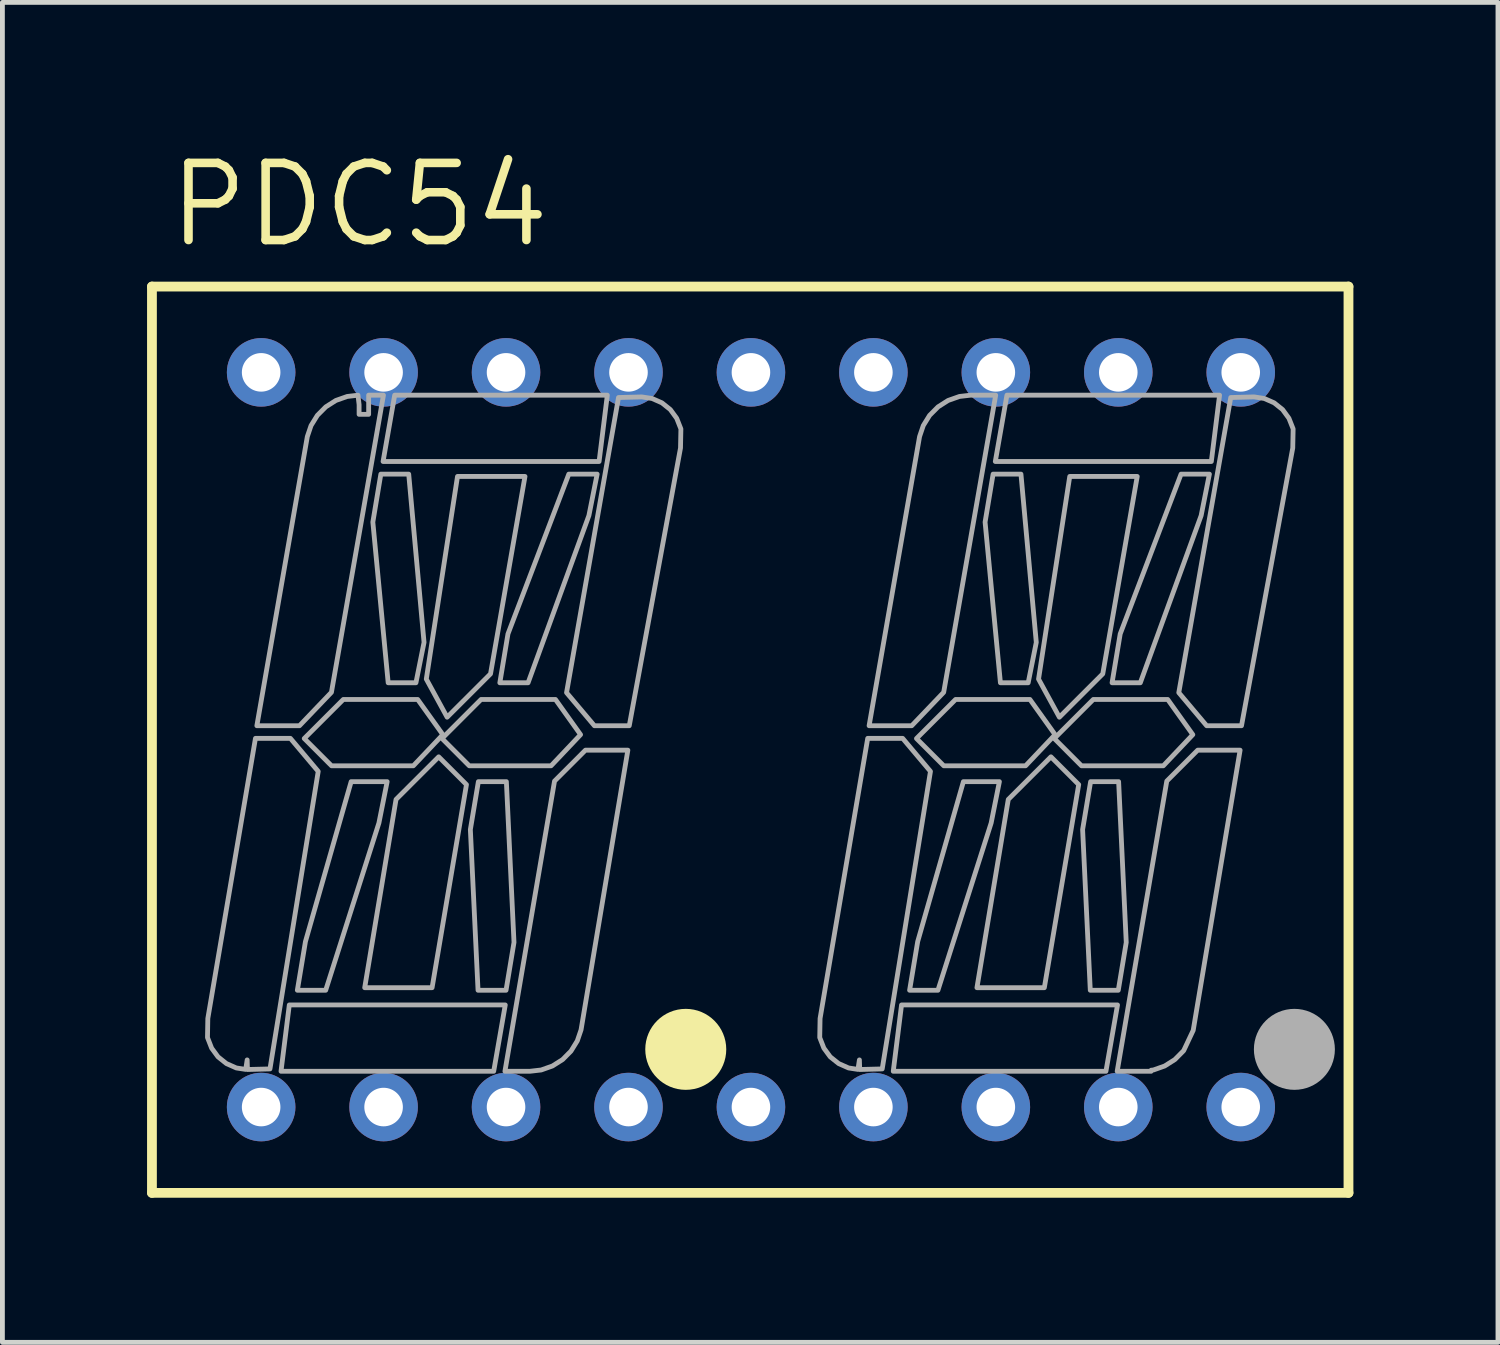
<source format=kicad_pcb>
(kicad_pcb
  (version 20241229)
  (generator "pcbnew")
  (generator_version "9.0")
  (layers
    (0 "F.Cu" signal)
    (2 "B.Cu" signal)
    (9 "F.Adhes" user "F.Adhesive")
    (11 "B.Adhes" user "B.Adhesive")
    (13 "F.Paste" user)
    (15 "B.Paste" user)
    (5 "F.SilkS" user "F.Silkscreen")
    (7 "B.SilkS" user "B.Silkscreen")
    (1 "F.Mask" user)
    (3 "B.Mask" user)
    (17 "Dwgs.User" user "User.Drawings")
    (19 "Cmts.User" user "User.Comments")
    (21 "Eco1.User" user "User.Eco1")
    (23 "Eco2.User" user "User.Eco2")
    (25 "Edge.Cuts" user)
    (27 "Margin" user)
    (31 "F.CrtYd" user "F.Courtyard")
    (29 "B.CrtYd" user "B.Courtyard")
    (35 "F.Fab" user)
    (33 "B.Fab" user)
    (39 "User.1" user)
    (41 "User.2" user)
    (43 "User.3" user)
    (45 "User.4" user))
  (footprint "PDC54"
    (layer "F.Cu")
    (at 12.527 12.294)
    (property "Reference" "PDC54" (at -12.165 -10.16 0) (layer "F.SilkS") (effects (font (size 1.6 1.6) (thickness 0.178)) (justify left bottom)))
    (fp_line (start -12.425 -9.4) (end 12.395 -9.4) (stroke (width 0.203) (type solid)) (layer "F.SilkS"))
    (fp_line (start -12.425 9.4) (end -12.425 -9.4) (stroke (width 0.203) (type solid)) (layer "F.SilkS"))
    (fp_line (start 12.395 -9.4) (end 12.395 9.4) (stroke (width 0.203) (type solid)) (layer "F.SilkS"))
    (fp_line (start 12.395 9.4) (end -12.425 9.4) (stroke (width 0.203) (type solid)) (layer "F.SilkS"))
    (fp_circle (center -1.352 6.423) (end -0.932 6.423) (stroke (width 0.84) (type solid)) (fill yes) (layer "F.SilkS"))
    (fp_circle (center 11.273 6.423) (end 11.693 6.423) (stroke (width 0.84) (type solid)) (fill no) (layer "F.Fab"))
    (fp_poly (pts (xy -5.336 6.878) (xy -9.748 6.878) (xy -9.576 5.502) (xy -5.096 5.502)) (stroke (width 0.1) (type solid)) (fill no) (layer "F.Fab"))
    (fp_poly (pts (xy -3.15 -5.771) (xy -7.631 -5.771) (xy -7.39 -7.147) (xy -2.979 -7.147)) (stroke (width 0.1) (type solid)) (fill no) (layer "F.Fab"))
    (fp_poly (pts (xy 7.364 6.878) (xy 2.952 6.878) (xy 3.124 5.502) (xy 7.604 5.502)) (stroke (width 0.1) (type solid)) (fill no) (layer "F.Fab"))
    (fp_poly (pts (xy 9.55 -5.771) (xy 5.069 -5.771) (xy 5.31 -7.147) (xy 9.721 -7.147)) (stroke (width 0.1) (type solid)) (fill no) (layer "F.Fab"))
    (fp_poly (pts (xy -5.901 0.931) (xy -6.614 5.144) (xy -8.012 5.144) (xy -7.362 1.239) (xy -6.477 0.355)) (stroke (width 0.1) (type solid)) (fill no) (layer "F.Fab"))
    (fp_poly (pts (xy -5.402 -1.366) (xy -6.302 -0.467) (xy -6.734 -1.258) (xy -6.087 -5.461) (xy -4.687 -5.461)) (stroke (width 0.1) (type solid)) (fill no) (layer "F.Fab"))
    (fp_poly (pts (xy 6.799 0.931) (xy 6.086 5.144) (xy 4.688 5.144) (xy 5.338 1.239) (xy 6.223 0.355)) (stroke (width 0.1) (type solid)) (fill no) (layer "F.Fab"))
    (fp_poly (pts (xy 7.298 -1.366) (xy 6.398 -0.467) (xy 5.966 -1.258) (xy 6.613 -5.461) (xy 8.013 -5.461)) (stroke (width 0.1) (type solid)) (fill no) (layer "F.Fab"))
    (fp_poly (pts (xy -7.717 1.727) (xy -8.821 5.197) (xy -9.409 5.197) (xy -9.241 4.187) (xy -8.293 0.87) (xy -7.546 0.87)) (stroke (width 0.1) (type solid)) (fill no) (layer "F.Fab"))
    (fp_poly (pts (xy -6.781 -2.019) (xy -6.949 -1.181) (xy -7.525 -1.181) (xy -7.843 -4.514) (xy -7.677 -5.509) (xy -7.099 -5.509)) (stroke (width 0.1) (type solid)) (fill no) (layer "F.Fab"))
    (fp_poly (pts (xy -6.391 -0.105) (xy -7.003 0.541) (xy -8.7 0.541) (xy -9.266 -0.025) (xy -8.455 -0.835) (xy -6.913 -0.835)) (stroke (width 0.1) (type solid)) (fill no) (layer "F.Fab"))
    (fp_poly (pts (xy -4.915 4.204) (xy -5.08 5.197) (xy -5.661 5.197) (xy -5.82 1.863) (xy -5.654 0.87) (xy -5.073 0.87)) (stroke (width 0.1) (type solid)) (fill no) (layer "F.Fab"))
    (fp_poly (pts (xy -3.534 -0.105) (xy -4.146 0.541) (xy -5.843 0.541) (xy -6.408 -0.025) (xy -5.598 -0.835) (xy -4.055 -0.835)) (stroke (width 0.1) (type solid)) (fill no) (layer "F.Fab"))
    (fp_poly (pts (xy -3.361 -4.65) (xy -4.623 -1.181) (xy -5.209 -1.181) (xy -5.04 -2.195) (xy -3.778 -5.509) (xy -3.19 -5.509)) (stroke (width 0.1) (type solid)) (fill no) (layer "F.Fab"))
    (fp_poly (pts (xy 4.983 1.727) (xy 3.879 5.197) (xy 3.291 5.197) (xy 3.459 4.187) (xy 4.407 0.87) (xy 5.154 0.87)) (stroke (width 0.1) (type solid)) (fill no) (layer "F.Fab"))
    (fp_poly (pts (xy 5.919 -2.019) (xy 5.751 -1.181) (xy 5.175 -1.181) (xy 4.857 -4.514) (xy 5.023 -5.509) (xy 5.601 -5.509)) (stroke (width 0.1) (type solid)) (fill no) (layer "F.Fab"))
    (fp_poly (pts (xy 6.309 -0.105) (xy 5.697 0.541) (xy 4 0.541) (xy 3.434 -0.025) (xy 4.245 -0.835) (xy 5.787 -0.835)) (stroke (width 0.1) (type solid)) (fill no) (layer "F.Fab"))
    (fp_poly (pts (xy 7.785 4.204) (xy 7.62 5.197) (xy 7.039 5.197) (xy 6.88 1.863) (xy 7.046 0.87) (xy 7.627 0.87)) (stroke (width 0.1) (type solid)) (fill no) (layer "F.Fab"))
    (fp_poly (pts (xy 9.166 -0.105) (xy 8.554 0.541) (xy 6.857 0.541) (xy 6.292 -0.025) (xy 7.102 -0.835) (xy 8.645 -0.835)) (stroke (width 0.1) (type solid)) (fill no) (layer "F.Fab"))
    (fp_poly (pts (xy 9.339 -4.65) (xy 8.077 -1.181) (xy 7.491 -1.181) (xy 7.66 -2.195) (xy 8.922 -5.509) (xy 9.51 -5.509)) (stroke (width 0.1) (type solid)) (fill no) (layer "F.Fab"))
    (fp_poly (pts (xy -3.524 6.018) (xy -3.602 6.247) (xy -3.733 6.459) (xy -3.907 6.635) (xy -4.117 6.768) (xy -4.351 6.851) (xy -4.587 6.878) (xy -5.103 6.878) (xy -4.074 0.858) (xy -3.433 0.217) (xy -2.553 0.217)) (stroke (width 0.1) (type solid)) (fill no) (layer "F.Fab"))
    (fp_poly (pts (xy 3.998 -0.983) (xy 3.335 -0.29) (xy 2.451 -0.29) (xy 3.498 -6.288) (xy 3.575 -6.516) (xy 3.706 -6.728) (xy 3.881 -6.904) (xy 4.09 -7.037) (xy 4.325 -7.12) (xy 4.56 -7.147) (xy 5.077 -7.147)) (stroke (width 0.1) (type solid)) (fill no) (layer "F.Fab"))
    (fp_poly (pts (xy 9.174 6.029) (xy 8.976 6.45) (xy 8.793 6.635) (xy 8.583 6.768) (xy 8.349 6.851) (xy 8.301 6.856) (xy 8.301 6.878) (xy 7.597 6.878) (xy 8.626 0.858) (xy 9.267 0.217) (xy 10.147 0.217)) (stroke (width 0.1) (type solid)) (fill no) (layer "F.Fab"))
    (fp_poly (pts (xy 10.649 -7.078) (xy 10.853 -6.988) (xy 11.028 -6.848) (xy 11.16 -6.667) (xy 11.247 -6.447) (xy 11.239 -6.051) (xy 10.176 -0.29) (xy 9.453 -0.29) (xy 8.875 -0.976) (xy 9.953 -7.098) (xy 10.436 -7.111)) (stroke (width 0.1) (type solid)) (fill no) (layer "F.Fab"))
    (fp_poly (pts (xy -2.051 -7.078) (xy -1.847 -6.988) (xy -1.672 -6.848) (xy -1.54 -6.667) (xy -1.453 -6.447) (xy -1.461 -6.051) (xy -2.524 -0.29) (xy -3.247 -0.29) (xy -3.825 -0.976) (xy -2.747 -7.098) (xy -2.28 -7.11) (xy -2.262 -7.11)) (stroke (width 0.1) (type solid)) (fill no) (layer "F.Fab"))
    (fp_poly (pts (xy -8.976 0.657) (xy -9.977 6.829) (xy -10.444 6.841) (xy -10.45 6.642) (xy -10.48 6.839) (xy -10.675 6.809) (xy -10.88 6.718) (xy -11.055 6.578) (xy -11.187 6.398) (xy -11.273 6.178) (xy -11.266 5.783) (xy -10.278 -0.028) (xy -9.553 -0.028)) (stroke (width 0.1) (type solid)) (fill no) (layer "F.Fab"))
    (fp_poly (pts (xy 3.724 0.657) (xy 2.723 6.829) (xy 2.256 6.841) (xy 2.25 6.642) (xy 2.22 6.839) (xy 2.025 6.809) (xy 1.82 6.718) (xy 1.645 6.578) (xy 1.513 6.398) (xy 1.427 6.178) (xy 1.434 5.783) (xy 2.422 -0.028) (xy 3.147 -0.028)) (stroke (width 0.1) (type solid)) (fill no) (layer "F.Fab"))
    (fp_poly (pts (xy -8.702 -0.983) (xy -9.365 -0.29) (xy -10.249 -0.29) (xy -9.202 -6.288) (xy -9.125 -6.516) (xy -8.994 -6.728) (xy -8.819 -6.904) (xy -8.61 -7.037) (xy -8.375 -7.12) (xy -8.151 -7.146) (xy -8.128 -6.948) (xy -8.128 -6.749) (xy -7.93 -6.749) (xy -7.93 -7.147) (xy -7.623 -7.147)) (stroke (width 0.1) (type solid)) (fill no) (layer "F.Fab"))
    (pad "1" thru_hole circle (at -10.16 7.62) (size 1.422 1.422) (drill 0.8) (layers "*.Cu" "*.Mask"))
    (pad "2" thru_hole circle (at -7.62 7.62) (size 1.422 1.422) (drill 0.8) (layers "*.Cu" "*.Mask"))
    (pad "3" thru_hole circle (at -5.08 7.62) (size 1.422 1.422) (drill 0.8) (layers "*.Cu" "*.Mask"))
    (pad "4" thru_hole circle (at -2.54 7.62) (size 1.422 1.422) (drill 0.8) (layers "*.Cu" "*.Mask"))
    (pad "5" thru_hole circle (at 0 7.62) (size 1.422 1.422) (drill 0.8) (layers "*.Cu" "*.Mask"))
    (pad "6" thru_hole circle (at 2.54 7.62) (size 1.422 1.422) (drill 0.8) (layers "*.Cu" "*.Mask"))
    (pad "7" thru_hole circle (at 5.08 7.62) (size 1.422 1.422) (drill 0.8) (layers "*.Cu" "*.Mask"))
    (pad "8" thru_hole circle (at 7.62 7.62) (size 1.422 1.422) (drill 0.8) (layers "*.Cu" "*.Mask"))
    (pad "9" thru_hole circle (at 10.16 7.62) (size 1.422 1.422) (drill 0.8) (layers "*.Cu" "*.Mask"))
    (pad "10" thru_hole circle (at 10.16 -7.62 180) (size 1.422 1.422) (drill 0.8) (layers "*.Cu" "*.Mask"))
    (pad "11" thru_hole circle (at 7.62 -7.62 180) (size 1.422 1.422) (drill 0.8) (layers "*.Cu" "*.Mask"))
    (pad "12" thru_hole circle (at 5.08 -7.62 180) (size 1.422 1.422) (drill 0.8) (layers "*.Cu" "*.Mask"))
    (pad "13" thru_hole circle (at 2.54 -7.62 180) (size 1.422 1.422) (drill 0.8) (layers "*.Cu" "*.Mask"))
    (pad "14" thru_hole circle (at 0 -7.62 180) (size 1.422 1.422) (drill 0.8) (layers "*.Cu" "*.Mask"))
    (pad "15" thru_hole circle (at -2.54 -7.62 180) (size 1.422 1.422) (drill 0.8) (layers "*.Cu" "*.Mask"))
    (pad "16" thru_hole circle (at -5.08 -7.62 180) (size 1.422 1.422) (drill 0.8) (layers "*.Cu" "*.Mask"))
    (pad "17" thru_hole circle (at -7.62 -7.62 180) (size 1.422 1.422) (drill 0.8) (layers "*.Cu" "*.Mask"))
    (pad "18" thru_hole circle (at -10.16 -7.62 180) (size 1.422 1.422) (drill 0.8) (layers "*.Cu" "*.Mask")))
  (gr_rect
    (start -3 -3)
    (end 28.023 24.795)
    (stroke (width 0.1) (type default))
    (fill no)
    (layer "Edge.Cuts")))
</source>
